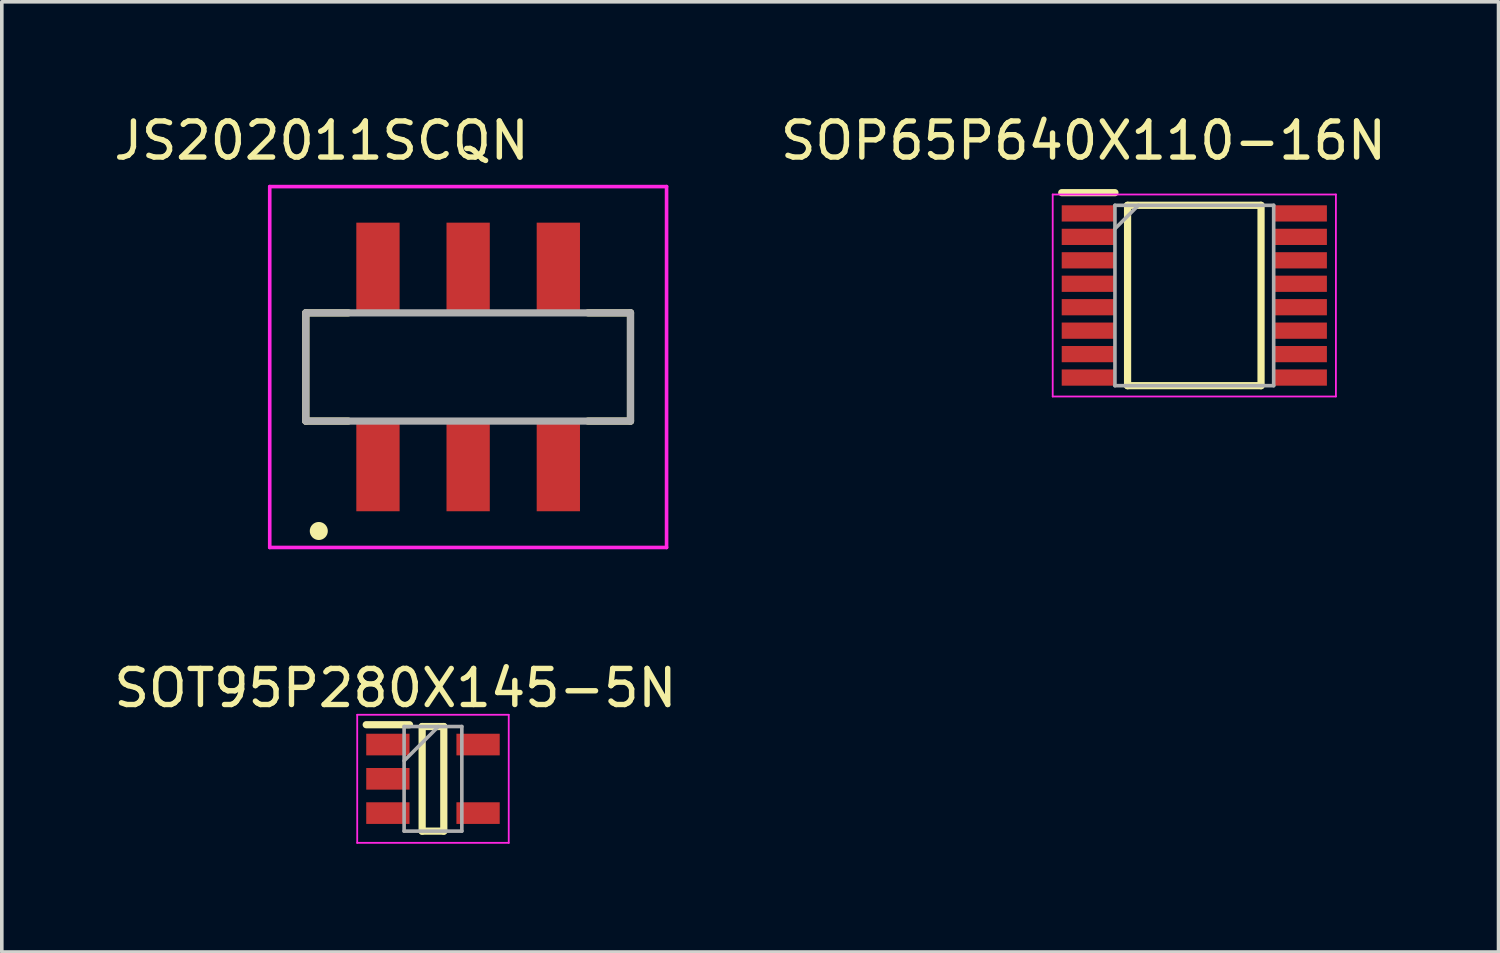
<source format=kicad_pcb>
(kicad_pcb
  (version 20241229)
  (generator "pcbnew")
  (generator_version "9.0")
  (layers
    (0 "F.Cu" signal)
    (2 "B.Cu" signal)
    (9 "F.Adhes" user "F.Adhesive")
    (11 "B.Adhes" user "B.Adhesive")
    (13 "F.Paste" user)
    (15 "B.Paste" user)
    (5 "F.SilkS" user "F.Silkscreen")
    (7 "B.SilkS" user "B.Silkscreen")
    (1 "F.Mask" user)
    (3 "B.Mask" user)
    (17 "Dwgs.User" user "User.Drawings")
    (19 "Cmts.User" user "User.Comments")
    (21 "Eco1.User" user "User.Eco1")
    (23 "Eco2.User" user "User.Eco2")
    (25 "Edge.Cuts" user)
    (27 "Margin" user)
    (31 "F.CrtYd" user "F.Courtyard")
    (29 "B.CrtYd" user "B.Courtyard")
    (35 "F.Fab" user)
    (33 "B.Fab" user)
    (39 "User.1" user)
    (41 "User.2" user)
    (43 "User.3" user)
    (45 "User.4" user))
  (footprint "SOP65P640X110-16N"
    (layer "F.Cu")
    (at 30.056 5.141)
    (property "Reference" "SOP65P640X110-16N" (at -3.073 -4.293 0) (layer "F.SilkS") (effects (font (size 1 1) (thickness 0.15))))
    (attr smd)
    (fp_line (start -3.675 -2.85) (end -2.2 -2.85) (stroke (width 0.2) (type solid)) (layer "F.SilkS"))
    (fp_line (start -1.85 -2.5) (end 1.85 -2.5) (stroke (width 0.2) (type solid)) (layer "F.SilkS"))
    (fp_line (start -1.85 2.5) (end -1.85 -2.5) (stroke (width 0.2) (type solid)) (layer "F.SilkS"))
    (fp_line (start 1.85 -2.5) (end 1.85 2.5) (stroke (width 0.2) (type solid)) (layer "F.SilkS"))
    (fp_line (start 1.85 2.5) (end -1.85 2.5) (stroke (width 0.2) (type solid)) (layer "F.SilkS"))
    (fp_line (start -3.925 -2.8) (end 3.925 -2.8) (stroke (width 0.05) (type solid)) (layer "F.CrtYd"))
    (fp_line (start -3.925 2.8) (end -3.925 -2.8) (stroke (width 0.05) (type solid)) (layer "F.CrtYd"))
    (fp_line (start 3.925 -2.8) (end 3.925 2.8) (stroke (width 0.05) (type solid)) (layer "F.CrtYd"))
    (fp_line (start 3.925 2.8) (end -3.925 2.8) (stroke (width 0.05) (type solid)) (layer "F.CrtYd"))
    (fp_line (start -2.2 -2.5) (end 2.2 -2.5) (stroke (width 0.1) (type solid)) (layer "F.Fab"))
    (fp_line (start -2.2 -1.85) (end -1.55 -2.5) (stroke (width 0.1) (type solid)) (layer "F.Fab"))
    (fp_line (start -2.2 2.5) (end -2.2 -2.5) (stroke (width 0.1) (type solid)) (layer "F.Fab"))
    (fp_line (start 2.2 -2.5) (end 2.2 2.5) (stroke (width 0.1) (type solid)) (layer "F.Fab"))
    (fp_line (start 2.2 2.5) (end -2.2 2.5) (stroke (width 0.1) (type solid)) (layer "F.Fab"))
    (pad "1" smd rect (at -2.938 -2.275 90) (size 0.45 1.475) (layers "F.Cu" "F.Mask" "F.Paste"))
    (pad "2" smd rect (at -2.938 -1.625 90) (size 0.45 1.475) (layers "F.Cu" "F.Mask" "F.Paste"))
    (pad "3" smd rect (at -2.938 -0.975 90) (size 0.45 1.475) (layers "F.Cu" "F.Mask" "F.Paste"))
    (pad "4" smd rect (at -2.938 -0.325 90) (size 0.45 1.475) (layers "F.Cu" "F.Mask" "F.Paste"))
    (pad "5" smd rect (at -2.938 0.325 90) (size 0.45 1.475) (layers "F.Cu" "F.Mask" "F.Paste"))
    (pad "6" smd rect (at -2.938 0.975 90) (size 0.45 1.475) (layers "F.Cu" "F.Mask" "F.Paste"))
    (pad "7" smd rect (at -2.938 1.625 90) (size 0.45 1.475) (layers "F.Cu" "F.Mask" "F.Paste"))
    (pad "8" smd rect (at -2.938 2.275 90) (size 0.45 1.475) (layers "F.Cu" "F.Mask" "F.Paste"))
    (pad "9" smd rect (at 2.938 2.275 90) (size 0.45 1.475) (layers "F.Cu" "F.Mask" "F.Paste"))
    (pad "10" smd rect (at 2.938 1.625 90) (size 0.45 1.475) (layers "F.Cu" "F.Mask" "F.Paste"))
    (pad "11" smd rect (at 2.938 0.975 90) (size 0.45 1.475) (layers "F.Cu" "F.Mask" "F.Paste"))
    (pad "12" smd rect (at 2.938 0.325 90) (size 0.45 1.475) (layers "F.Cu" "F.Mask" "F.Paste"))
    (pad "13" smd rect (at 2.938 -0.325 90) (size 0.45 1.475) (layers "F.Cu" "F.Mask" "F.Paste"))
    (pad "14" smd rect (at 2.938 -0.975 90) (size 0.45 1.475) (layers "F.Cu" "F.Mask" "F.Paste"))
    (pad "15" smd rect (at 2.938 -1.625 90) (size 0.45 1.475) (layers "F.Cu" "F.Mask" "F.Paste"))
    (pad "16" smd rect (at 2.938 -2.275 90) (size 0.45 1.475) (layers "F.Cu" "F.Mask" "F.Paste")))
  (footprint "JS202011SCQN"
    (layer "F.Cu")
    (at 9.927 7.122)
    (property "Reference" "JS202011SCQN" (at -4.064 -6.274 0) (layer "F.SilkS") (effects (font (size 1 1) (thickness 0.15))))
    (attr smd)
    (fp_line (start -4.5 -1.5) (end -4.5 1.5) (stroke (width 0.2) (type solid)) (layer "F.SilkS"))
    (fp_line (start -4.5 -1.5) (end -3.323 -1.5) (stroke (width 0.2) (type solid)) (layer "F.SilkS"))
    (fp_line (start -4.5 1.5) (end -3.323 1.5) (stroke (width 0.2) (type solid)) (layer "F.SilkS"))
    (fp_line (start -4.14 4.547) (end -4.14 4.547) (stroke (width 0.5) (type solid)) (layer "F.SilkS"))
    (fp_line (start 4.5 -1.5) (end 3.323 -1.5) (stroke (width 0.2) (type solid)) (layer "F.SilkS"))
    (fp_line (start 4.5 1.5) (end 3.323 1.5) (stroke (width 0.2) (type solid)) (layer "F.SilkS"))
    (fp_line (start 4.5 1.5) (end 4.5 -1.5) (stroke (width 0.2) (type solid)) (layer "F.SilkS"))
    (fp_line (start -5.5 -5) (end 5.5 -5) (stroke (width 0.1) (type solid)) (layer "F.CrtYd"))
    (fp_line (start -5.5 5.004) (end -5.5 -5) (stroke (width 0.1) (type solid)) (layer "F.CrtYd"))
    (fp_line (start 5.5 -5) (end 5.5 5.004) (stroke (width 0.1) (type solid)) (layer "F.CrtYd"))
    (fp_line (start 5.5 5.004) (end -5.5 5.004) (stroke (width 0.1) (type solid)) (layer "F.CrtYd"))
    (fp_line (start -4.5 -1.5) (end 4.5 -1.5) (stroke (width 0.2) (type solid)) (layer "F.Fab"))
    (fp_line (start -4.5 1.5) (end -4.5 -1.5) (stroke (width 0.2) (type solid)) (layer "F.Fab"))
    (fp_line (start 4.5 -1.5) (end 4.5 1.5) (stroke (width 0.2) (type solid)) (layer "F.Fab"))
    (fp_line (start 4.5 1.5) (end -4.5 1.5) (stroke (width 0.2) (type solid)) (layer "F.Fab"))
    (pad "1" smd rect (at -2.5 2.75) (size 1.2 2.5) (layers "F.Cu" "F.Mask" "F.Paste"))
    (pad "2" smd rect (at 0 2.75) (size 1.2 2.5) (layers "F.Cu" "F.Mask" "F.Paste"))
    (pad "3" smd rect (at 2.5 2.75) (size 1.2 2.5) (layers "F.Cu" "F.Mask" "F.Paste"))
    (pad "4" smd rect (at 2.5 -2.75) (size 1.2 2.5) (layers "F.Cu" "F.Mask" "F.Paste"))
    (pad "5" smd rect (at 0 -2.75) (size 1.2 2.5) (layers "F.Cu" "F.Mask" "F.Paste"))
    (pad "6" smd rect (at -2.5 -2.75) (size 1.2 2.5) (layers "F.Cu" "F.Mask" "F.Paste")))
  (footprint "SOT95P280X145-5N"
    (layer "F.Cu")
    (at 8.952 18.539)
    (property "Reference" "SOT95P280X145-5N" (at -1.041 -2.515 0) (layer "F.SilkS") (effects (font (size 1 1) (thickness 0.15))))
    (attr smd)
    (fp_line (start -1.85 -1.5) (end -0.65 -1.5) (stroke (width 0.2) (type solid)) (layer "F.SilkS"))
    (fp_line (start -0.3 -1.45) (end 0.3 -1.45) (stroke (width 0.2) (type solid)) (layer "F.SilkS"))
    (fp_line (start -0.3 1.45) (end -0.3 -1.45) (stroke (width 0.2) (type solid)) (layer "F.SilkS"))
    (fp_line (start 0.3 -1.45) (end 0.3 1.45) (stroke (width 0.2) (type solid)) (layer "F.SilkS"))
    (fp_line (start 0.3 1.45) (end -0.3 1.45) (stroke (width 0.2) (type solid)) (layer "F.SilkS"))
    (fp_line (start -2.1 -1.775) (end 2.1 -1.775) (stroke (width 0.05) (type solid)) (layer "F.CrtYd"))
    (fp_line (start -2.1 1.775) (end -2.1 -1.775) (stroke (width 0.05) (type solid)) (layer "F.CrtYd"))
    (fp_line (start 2.1 -1.775) (end 2.1 1.775) (stroke (width 0.05) (type solid)) (layer "F.CrtYd"))
    (fp_line (start 2.1 1.775) (end -2.1 1.775) (stroke (width 0.05) (type solid)) (layer "F.CrtYd"))
    (fp_line (start -0.8 -1.45) (end 0.8 -1.45) (stroke (width 0.1) (type solid)) (layer "F.Fab"))
    (fp_line (start -0.8 -0.5) (end 0.15 -1.45) (stroke (width 0.1) (type solid)) (layer "F.Fab"))
    (fp_line (start -0.8 1.45) (end -0.8 -1.45) (stroke (width 0.1) (type solid)) (layer "F.Fab"))
    (fp_line (start 0.8 -1.45) (end 0.8 1.45) (stroke (width 0.1) (type solid)) (layer "F.Fab"))
    (fp_line (start 0.8 1.45) (end -0.8 1.45) (stroke (width 0.1) (type solid)) (layer "F.Fab"))
    (pad "1" smd rect (at -1.25 -0.95 90) (size 0.6 1.2) (layers "F.Cu" "F.Mask" "F.Paste"))
    (pad "2" smd rect (at -1.25 0 90) (size 0.6 1.2) (layers "F.Cu" "F.Mask" "F.Paste"))
    (pad "3" smd rect (at -1.25 0.95 90) (size 0.6 1.2) (layers "F.Cu" "F.Mask" "F.Paste"))
    (pad "4" smd rect (at 1.25 0.95 90) (size 0.6 1.2) (layers "F.Cu" "F.Mask" "F.Paste"))
    (pad "5" smd rect (at 1.25 -0.95 90) (size 0.6 1.2) (layers "F.Cu" "F.Mask" "F.Paste")))
  (gr_rect
    (start -3 -3)
    (end 38.489 23.339)
    (stroke (width 0.1) (type default))
    (fill no)
    (layer "Edge.Cuts")))
</source>
